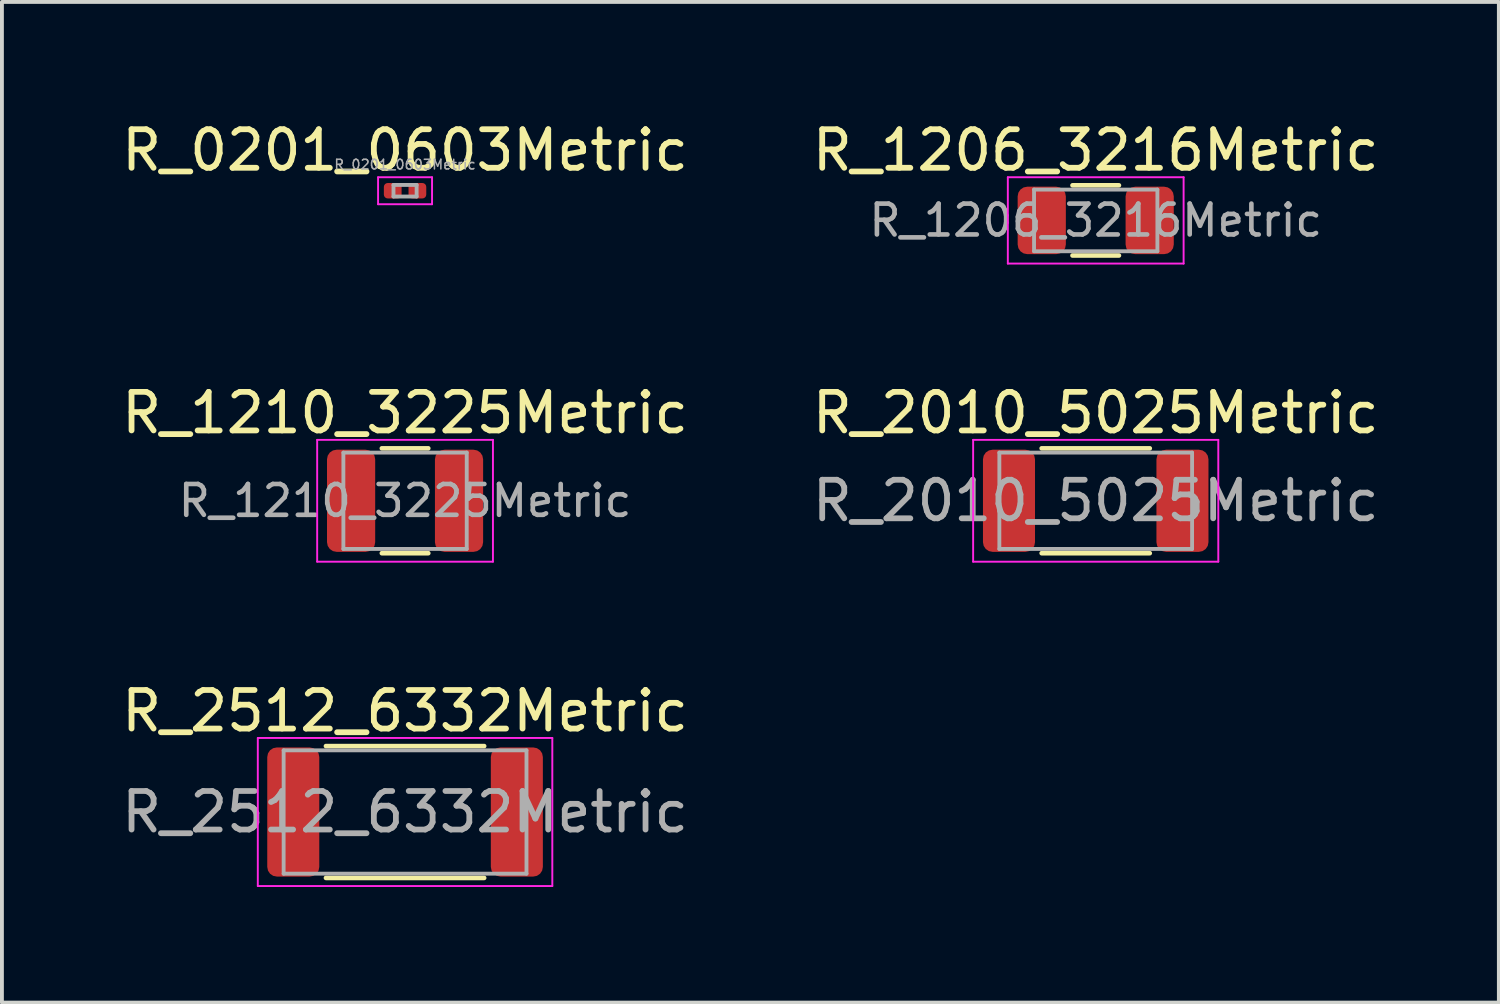
<source format=kicad_pcb>
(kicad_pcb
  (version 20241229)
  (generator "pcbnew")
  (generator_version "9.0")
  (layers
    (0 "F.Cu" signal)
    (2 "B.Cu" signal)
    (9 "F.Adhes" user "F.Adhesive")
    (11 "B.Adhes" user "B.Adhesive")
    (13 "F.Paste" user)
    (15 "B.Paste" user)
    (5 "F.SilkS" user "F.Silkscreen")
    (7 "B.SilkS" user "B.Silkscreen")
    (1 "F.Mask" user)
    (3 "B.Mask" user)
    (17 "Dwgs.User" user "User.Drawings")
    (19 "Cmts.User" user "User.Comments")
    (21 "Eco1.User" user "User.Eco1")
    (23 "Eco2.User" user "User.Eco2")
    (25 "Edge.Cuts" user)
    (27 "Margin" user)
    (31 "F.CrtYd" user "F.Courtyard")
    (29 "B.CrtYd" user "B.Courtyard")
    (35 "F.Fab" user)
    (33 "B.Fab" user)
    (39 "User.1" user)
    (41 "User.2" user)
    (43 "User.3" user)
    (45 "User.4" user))
  (footprint "R_2010_5025Metric"
    (layer "F.Cu")
    (at 25.375 9.941)
    (property "Reference" "R_2010_5025Metric" (at 0 -2.28 0) (layer "F.SilkS") (effects (font (size 1 1) (thickness 0.15))))
    (attr smd)
    (fp_line (start -1.402 -1.36) (end 1.402 -1.36) (stroke (width 0.12) (type solid)) (layer "F.SilkS"))
    (fp_line (start -1.402 1.36) (end 1.402 1.36) (stroke (width 0.12) (type solid)) (layer "F.SilkS"))
    (fp_line (start -3.18 -1.58) (end 3.18 -1.58) (stroke (width 0.05) (type solid)) (layer "F.CrtYd"))
    (fp_line (start -3.18 1.58) (end -3.18 -1.58) (stroke (width 0.05) (type solid)) (layer "F.CrtYd"))
    (fp_line (start 3.18 -1.58) (end 3.18 1.58) (stroke (width 0.05) (type solid)) (layer "F.CrtYd"))
    (fp_line (start 3.18 1.58) (end -3.18 1.58) (stroke (width 0.05) (type solid)) (layer "F.CrtYd"))
    (fp_line (start -2.5 -1.25) (end 2.5 -1.25) (stroke (width 0.1) (type solid)) (layer "F.Fab"))
    (fp_line (start -2.5 1.25) (end -2.5 -1.25) (stroke (width 0.1) (type solid)) (layer "F.Fab"))
    (fp_line (start 2.5 -1.25) (end 2.5 1.25) (stroke (width 0.1) (type solid)) (layer "F.Fab"))
    (fp_line (start 2.5 1.25) (end -2.5 1.25) (stroke (width 0.1) (type solid)) (layer "F.Fab"))
    (fp_text user "${REFERENCE}" (at 0 0 0) (layer "F.Fab") (effects (font (size 1 1) (thickness 0.15))))
    (pad "1" smd roundrect (at -2.25 0) (size 1.35 2.65) (layers "F.Cu" "F.Mask" "F.Paste") (roundrect_rratio 0.185))
    (pad "2" smd roundrect (at 2.25 0) (size 1.35 2.65) (layers "F.Cu" "F.Mask" "F.Paste") (roundrect_rratio 0.185)))
  (footprint "R_1210_3225Metric"
    (layer "F.Cu")
    (at 7.458 9.941)
    (property "Reference" "R_1210_3225Metric" (at 0 -2.28 0) (layer "F.SilkS") (effects (font (size 1 1) (thickness 0.15))))
    (attr smd)
    (fp_line (start -0.602 -1.36) (end 0.602 -1.36) (stroke (width 0.12) (type solid)) (layer "F.SilkS"))
    (fp_line (start -0.602 1.36) (end 0.602 1.36) (stroke (width 0.12) (type solid)) (layer "F.SilkS"))
    (fp_line (start -2.28 -1.58) (end 2.28 -1.58) (stroke (width 0.05) (type solid)) (layer "F.CrtYd"))
    (fp_line (start -2.28 1.58) (end -2.28 -1.58) (stroke (width 0.05) (type solid)) (layer "F.CrtYd"))
    (fp_line (start 2.28 -1.58) (end 2.28 1.58) (stroke (width 0.05) (type solid)) (layer "F.CrtYd"))
    (fp_line (start 2.28 1.58) (end -2.28 1.58) (stroke (width 0.05) (type solid)) (layer "F.CrtYd"))
    (fp_line (start -1.6 -1.25) (end 1.6 -1.25) (stroke (width 0.1) (type solid)) (layer "F.Fab"))
    (fp_line (start -1.6 1.25) (end -1.6 -1.25) (stroke (width 0.1) (type solid)) (layer "F.Fab"))
    (fp_line (start 1.6 -1.25) (end 1.6 1.25) (stroke (width 0.1) (type solid)) (layer "F.Fab"))
    (fp_line (start 1.6 1.25) (end -1.6 1.25) (stroke (width 0.1) (type solid)) (layer "F.Fab"))
    (fp_text user "${REFERENCE}" (at 0 0 0) (layer "F.Fab") (effects (font (size 0.8 0.8) (thickness 0.12))))
    (pad "1" smd roundrect (at -1.4 0) (size 1.25 2.65) (layers "F.Cu" "F.Mask" "F.Paste") (roundrect_rratio 0.2))
    (pad "2" smd roundrect (at 1.4 0) (size 1.25 2.65) (layers "F.Cu" "F.Mask" "F.Paste") (roundrect_rratio 0.2)))
  (footprint "R_0201_0603Metric"
    (layer "F.Cu")
    (at 7.458 1.898)
    (property "Reference" "R_0201_0603Metric" (at 0 -1.05 0) (layer "F.SilkS") (effects (font (size 1 1) (thickness 0.15))))
    (attr smd)
    (fp_line (start -0.7 -0.35) (end 0.7 -0.35) (stroke (width 0.05) (type solid)) (layer "F.CrtYd"))
    (fp_line (start -0.7 0.35) (end -0.7 -0.35) (stroke (width 0.05) (type solid)) (layer "F.CrtYd"))
    (fp_line (start 0.7 -0.35) (end 0.7 0.35) (stroke (width 0.05) (type solid)) (layer "F.CrtYd"))
    (fp_line (start 0.7 0.35) (end -0.7 0.35) (stroke (width 0.05) (type solid)) (layer "F.CrtYd"))
    (fp_line (start -0.3 -0.15) (end 0.3 -0.15) (stroke (width 0.1) (type solid)) (layer "F.Fab"))
    (fp_line (start -0.3 0.15) (end -0.3 -0.15) (stroke (width 0.1) (type solid)) (layer "F.Fab"))
    (fp_line (start 0.3 -0.15) (end 0.3 0.15) (stroke (width 0.1) (type solid)) (layer "F.Fab"))
    (fp_line (start 0.3 0.15) (end -0.3 0.15) (stroke (width 0.1) (type solid)) (layer "F.Fab"))
    (fp_text user "${REFERENCE}" (at 0 -0.68 0) (layer "F.Fab") (effects (font (size 0.25 0.25) (thickness 0.04))))
    (pad "" smd roundrect (at -0.345 0) (size 0.318 0.36) (layers "F.Paste") (roundrect_rratio 0.25))
    (pad "" smd roundrect (at 0.345 0) (size 0.318 0.36) (layers "F.Paste") (roundrect_rratio 0.25))
    (pad "1" smd roundrect (at -0.32 0) (size 0.46 0.4) (layers "F.Cu" "F.Mask") (roundrect_rratio 0.25))
    (pad "2" smd roundrect (at 0.32 0) (size 0.46 0.4) (layers "F.Cu" "F.Mask") (roundrect_rratio 0.25)))
  (footprint "R_1206_3216Metric"
    (layer "F.Cu")
    (at 25.375 2.668)
    (property "Reference" "R_1206_3216Metric" (at 0 -1.82 0) (layer "F.SilkS") (effects (font (size 1 1) (thickness 0.15))))
    (attr smd)
    (fp_line (start -0.602 -0.91) (end 0.602 -0.91) (stroke (width 0.12) (type solid)) (layer "F.SilkS"))
    (fp_line (start -0.602 0.91) (end 0.602 0.91) (stroke (width 0.12) (type solid)) (layer "F.SilkS"))
    (fp_line (start -2.28 -1.12) (end 2.28 -1.12) (stroke (width 0.05) (type solid)) (layer "F.CrtYd"))
    (fp_line (start -2.28 1.12) (end -2.28 -1.12) (stroke (width 0.05) (type solid)) (layer "F.CrtYd"))
    (fp_line (start 2.28 -1.12) (end 2.28 1.12) (stroke (width 0.05) (type solid)) (layer "F.CrtYd"))
    (fp_line (start 2.28 1.12) (end -2.28 1.12) (stroke (width 0.05) (type solid)) (layer "F.CrtYd"))
    (fp_line (start -1.6 -0.8) (end 1.6 -0.8) (stroke (width 0.1) (type solid)) (layer "F.Fab"))
    (fp_line (start -1.6 0.8) (end -1.6 -0.8) (stroke (width 0.1) (type solid)) (layer "F.Fab"))
    (fp_line (start 1.6 -0.8) (end 1.6 0.8) (stroke (width 0.1) (type solid)) (layer "F.Fab"))
    (fp_line (start 1.6 0.8) (end -1.6 0.8) (stroke (width 0.1) (type solid)) (layer "F.Fab"))
    (fp_text user "${REFERENCE}" (at 0 0 0) (layer "F.Fab") (effects (font (size 0.8 0.8) (thickness 0.12))))
    (pad "1" smd roundrect (at -1.4 0) (size 1.25 1.75) (layers "F.Cu" "F.Mask" "F.Paste") (roundrect_rratio 0.2))
    (pad "2" smd roundrect (at 1.4 0) (size 1.25 1.75) (layers "F.Cu" "F.Mask" "F.Paste") (roundrect_rratio 0.2)))
  (footprint "R_2512_6332Metric"
    (layer "F.Cu")
    (at 7.458 18.015)
    (property "Reference" "R_2512_6332Metric" (at 0 -2.62 0) (layer "F.SilkS") (effects (font (size 1 1) (thickness 0.15))))
    (attr smd)
    (fp_line (start -2.052 -1.71) (end 2.052 -1.71) (stroke (width 0.12) (type solid)) (layer "F.SilkS"))
    (fp_line (start -2.052 1.71) (end 2.052 1.71) (stroke (width 0.12) (type solid)) (layer "F.SilkS"))
    (fp_line (start -3.82 -1.92) (end 3.82 -1.92) (stroke (width 0.05) (type solid)) (layer "F.CrtYd"))
    (fp_line (start -3.82 1.92) (end -3.82 -1.92) (stroke (width 0.05) (type solid)) (layer "F.CrtYd"))
    (fp_line (start 3.82 -1.92) (end 3.82 1.92) (stroke (width 0.05) (type solid)) (layer "F.CrtYd"))
    (fp_line (start 3.82 1.92) (end -3.82 1.92) (stroke (width 0.05) (type solid)) (layer "F.CrtYd"))
    (fp_line (start -3.15 -1.6) (end 3.15 -1.6) (stroke (width 0.1) (type solid)) (layer "F.Fab"))
    (fp_line (start -3.15 1.6) (end -3.15 -1.6) (stroke (width 0.1) (type solid)) (layer "F.Fab"))
    (fp_line (start 3.15 -1.6) (end 3.15 1.6) (stroke (width 0.1) (type solid)) (layer "F.Fab"))
    (fp_line (start 3.15 1.6) (end -3.15 1.6) (stroke (width 0.1) (type solid)) (layer "F.Fab"))
    (fp_text user "${REFERENCE}" (at 0 0 0) (layer "F.Fab") (effects (font (size 1 1) (thickness 0.15))))
    (pad "1" smd roundrect (at -2.9 0) (size 1.35 3.35) (layers "F.Cu" "F.Mask" "F.Paste") (roundrect_rratio 0.185))
    (pad "2" smd roundrect (at 2.9 0) (size 1.35 3.35) (layers "F.Cu" "F.Mask" "F.Paste") (roundrect_rratio 0.185)))
  (gr_rect
    (start -3 -3)
    (end 35.833 22.96)
    (stroke (width 0.1) (type default))
    (fill no)
    (layer "Edge.Cuts")))
</source>
